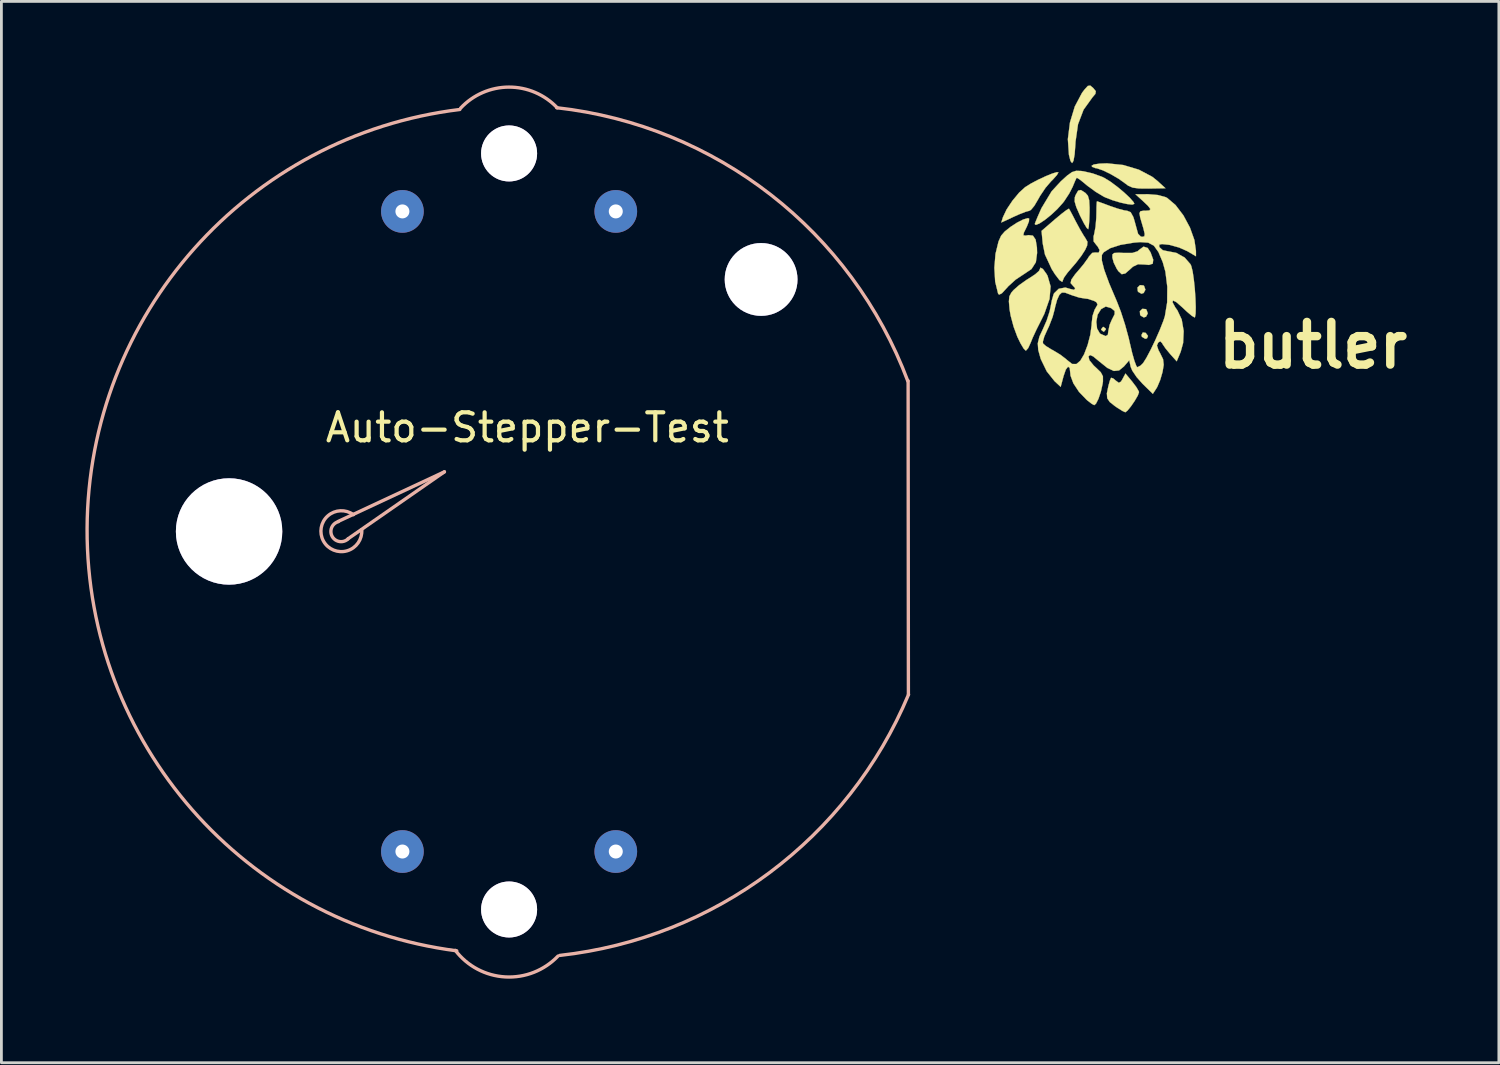
<source format=kicad_pcb>
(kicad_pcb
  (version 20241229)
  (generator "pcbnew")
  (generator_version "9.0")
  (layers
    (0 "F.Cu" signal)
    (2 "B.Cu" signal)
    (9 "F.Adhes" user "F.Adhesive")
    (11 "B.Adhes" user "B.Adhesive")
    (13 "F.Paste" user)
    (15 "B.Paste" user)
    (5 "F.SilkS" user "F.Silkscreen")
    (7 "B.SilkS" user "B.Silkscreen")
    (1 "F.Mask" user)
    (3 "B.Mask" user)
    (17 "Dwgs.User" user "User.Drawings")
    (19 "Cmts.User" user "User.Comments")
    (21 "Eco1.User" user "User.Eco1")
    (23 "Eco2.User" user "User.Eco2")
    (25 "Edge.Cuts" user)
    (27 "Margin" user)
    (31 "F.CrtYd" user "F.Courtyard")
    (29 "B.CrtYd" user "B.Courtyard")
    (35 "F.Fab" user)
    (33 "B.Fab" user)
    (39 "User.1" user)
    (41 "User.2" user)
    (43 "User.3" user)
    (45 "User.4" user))
  (footprint "butler"
    (layer "F.Cu")
    (at 36.359 6.932)
    (property "Reference" "butler" (at 7.483 2.349 0) (layer "F.SilkS") (effects (font (size 1.524 1.524) (thickness 0.3))))
    (attr through_hole)
    (fp_poly (pts (xy 1.506 1.905) (xy 1.589 2.016) (xy 1.552 2.102) (xy 1.489 2.117) (xy 1.372 2.048) (xy 1.355 1.983) (xy 1.404 1.89) (xy 1.506 1.905)) (stroke (width 0.01) (type solid)) (fill yes) (layer "F.SilkS"))
    (fp_poly (pts (xy 0.082 1.758) (xy 0.085 1.778) (xy 0.02 1.86) (xy 0 1.863) (xy -0.082 1.798) (xy -0.085 1.778) (xy -0.02 1.696) (xy 0 1.693) (xy 0.082 1.758)) (stroke (width 0.01) (type solid)) (fill yes) (layer "F.SilkS"))
    (fp_poly (pts (xy 1.426 0.211) (xy 1.449 0.23) (xy 1.496 0.363) (xy 1.435 0.481) (xy 1.355 0.508) (xy 1.246 0.446) (xy 1.223 0.416) (xy 1.213 0.287) (xy 1.303 0.2) (xy 1.426 0.211)) (stroke (width 0.01) (type solid)) (fill yes) (layer "F.SilkS"))
    (fp_poly (pts (xy 1.51 1.057) (xy 1.534 1.076) (xy 1.581 1.21) (xy 1.519 1.328) (xy 1.439 1.355) (xy 1.331 1.293) (xy 1.308 1.263) (xy 1.298 1.133) (xy 1.387 1.047) (xy 1.51 1.057)) (stroke (width 0.01) (type solid)) (fill yes) (layer "F.SilkS"))
    (fp_poly (pts (xy -0.647 -3.093) (xy -0.559 -2.993) (xy -0.512 -2.832) (xy -0.497 -2.566) (xy -0.498 -2.405) (xy -0.508 -2.111) (xy -0.526 -1.892) (xy -0.547 -1.795) (xy -0.601 -1.844) (xy -0.702 -2.013) (xy -0.83 -2.264) (xy -0.839 -2.283) (xy -0.972 -2.585) (xy -1.031 -2.787) (xy -1.025 -2.935) (xy -0.997 -3.015) (xy -0.905 -3.175) (xy -0.807 -3.196) (xy -0.647 -3.093)) (stroke (width 0.01) (type solid)) (fill yes) (layer "F.SilkS"))
    (fp_poly (pts (xy -0.369 -6.839) (xy -0.275 -6.726) (xy -0.29 -6.63) (xy -0.399 -6.5) (xy -0.713 -6.063) (xy -0.91 -5.545) (xy -1 -4.918) (xy -1.003 -4.847) (xy -1.031 -4.472) (xy -1.072 -4.24) (xy -1.122 -4.158) (xy -1.179 -4.232) (xy -1.235 -4.453) (xy -1.273 -5.014) (xy -1.198 -5.608) (xy -1.026 -6.178) (xy -0.768 -6.665) (xy -0.687 -6.773) (xy -0.562 -6.912) (xy -0.474 -6.927) (xy -0.369 -6.839)) (stroke (width 0.01) (type solid)) (fill yes) (layer "F.SilkS"))
    (fp_poly (pts (xy 0.705 -4.089) (xy 1.261 -3.923) (xy 1.739 -3.67) (xy 1.924 -3.523) (xy 2.213 -3.259) (xy 1.609 -3.248) (xy 1.269 -3.251) (xy 1.044 -3.281) (xy 0.882 -3.351) (xy 0.778 -3.428) (xy 0.542 -3.597) (xy 0.257 -3.763) (xy -0.021 -3.898) (xy -0.238 -3.972) (xy -0.293 -3.979) (xy -0.408 -4.024) (xy -0.423 -4.064) (xy -0.346 -4.108) (xy -0.14 -4.139) (xy 0.124 -4.149) (xy 0.705 -4.089)) (stroke (width 0.01) (type solid)) (fill yes) (layer "F.SilkS"))
    (fp_poly (pts (xy 1.577 -1.127) (xy 1.68 -0.97) (xy 1.775 -0.709) (xy 1.759 -0.566) (xy 1.624 -0.521) (xy 1.474 -0.535) (xy 1.232 -0.545) (xy 1.05 -0.458) (xy 0.962 -0.377) (xy 0.778 -0.216) (xy 0.651 -0.189) (xy 0.533 -0.295) (xy 0.475 -0.379) (xy 0.365 -0.602) (xy 0.317 -0.781) (xy 0.318 -0.894) (xy 0.379 -0.947) (xy 0.542 -0.957) (xy 0.727 -0.948) (xy 1.035 -0.95) (xy 1.217 -1.009) (xy 1.266 -1.054) (xy 1.43 -1.174) (xy 1.577 -1.127)) (stroke (width 0.01) (type solid)) (fill yes) (layer "F.SilkS"))
    (fp_poly (pts (xy -1.609 -3.825) (xy -1.665 -3.73) (xy -1.806 -3.572) (xy -1.871 -3.508) (xy -2.069 -3.278) (xy -2.266 -2.985) (xy -2.338 -2.857) (xy -2.471 -2.632) (xy -2.592 -2.486) (xy -2.647 -2.455) (xy -2.777 -2.42) (xy -3.002 -2.333) (xy -3.201 -2.244) (xy -3.651 -2.035) (xy -3.592 -2.224) (xy -3.463 -2.498) (xy -3.252 -2.815) (xy -3.009 -3.108) (xy -2.798 -3.299) (xy -2.593 -3.427) (xy -2.337 -3.562) (xy -2.069 -3.687) (xy -1.832 -3.784) (xy -1.665 -3.834) (xy -1.609 -3.825)) (stroke (width 0.01) (type solid)) (fill yes) (layer "F.SilkS"))
    (fp_poly (pts (xy 1.025 3.647) (xy 1.172 3.842) (xy 1.258 3.99) (xy 1.268 4.023) (xy 1.225 4.143) (xy 1.117 4.329) (xy 0.982 4.527) (xy 0.856 4.682) (xy 0.779 4.741) (xy 0.679 4.696) (xy 0.496 4.582) (xy 0.398 4.514) (xy 0.223 4.375) (xy 0.133 4.241) (xy 0.12 4.064) (xy 0.175 3.799) (xy 0.226 3.613) (xy 0.27 3.509) (xy 0.346 3.532) (xy 0.424 3.599) (xy 0.546 3.689) (xy 0.624 3.646) (xy 0.682 3.548) (xy 0.784 3.357) (xy 1.025 3.647)) (stroke (width 0.01) (type solid)) (fill yes) (layer "F.SilkS"))
    (fp_poly (pts (xy -1.233 -2.528) (xy -1.183 -2.442) (xy -1.082 -2.251) (xy -0.991 -2.074) (xy -0.846 -1.804) (xy -0.711 -1.575) (xy -0.65 -1.483) (xy -0.573 -1.347) (xy -0.586 -1.21) (xy -0.654 -1.06) (xy -0.788 -0.85) (xy -0.985 -0.593) (xy -1.112 -0.446) (xy -1.29 -0.237) (xy -1.409 -0.071) (xy -1.439 -0.002) (xy -1.473 0.085) (xy -1.572 0.023) (xy -1.732 -0.186) (xy -1.85 -0.373) (xy -2.091 -0.892) (xy -2.17 -1.283) (xy -2.213 -1.736) (xy -1.737 -2.147) (xy -1.505 -2.341) (xy -1.327 -2.477) (xy -1.237 -2.529) (xy -1.233 -2.528)) (stroke (width 0.01) (type solid)) (fill yes) (layer "F.SilkS"))
    (fp_poly (pts (xy -2.161 -0.372) (xy -2.036 -0.199) (xy -1.998 -0.132) (xy -1.89 0.243) (xy -1.928 0.694) (xy -2.113 1.225) (xy -2.235 1.472) (xy -2.392 1.783) (xy -2.528 2.076) (xy -2.605 2.265) (xy -2.689 2.449) (xy -2.769 2.539) (xy -2.778 2.54) (xy -2.85 2.469) (xy -2.962 2.283) (xy -3.076 2.049) (xy -3.21 1.687) (xy -3.316 1.291) (xy -3.354 1.072) (xy -3.379 0.784) (xy -3.362 0.602) (xy -3.289 0.464) (xy -3.213 0.377) (xy -3.017 0.204) (xy -2.755 0.017) (xy -2.651 -0.047) (xy -2.441 -0.185) (xy -2.309 -0.301) (xy -2.286 -0.342) (xy -2.251 -0.425) (xy -2.161 -0.372)) (stroke (width 0.01) (type solid)) (fill yes) (layer "F.SilkS"))
    (fp_poly (pts (xy -2.657 -2.178) (xy -2.662 -2.08) (xy -2.732 -1.902) (xy -2.745 -1.875) (xy -2.846 -1.67) (xy -2.861 -1.579) (xy -2.78 -1.568) (xy -2.679 -1.586) (xy -2.521 -1.567) (xy -2.424 -1.425) (xy -2.378 -1.145) (xy -2.372 -0.947) (xy -2.416 -0.617) (xy -2.571 -0.375) (xy -2.866 -0.176) (xy -2.873 -0.172) (xy -3.138 0.004) (xy -3.397 0.238) (xy -3.46 0.309) (xy -3.63 0.493) (xy -3.73 0.541) (xy -3.765 0.502) (xy -3.869 0.077) (xy -3.898 -0.417) (xy -3.857 -0.917) (xy -3.749 -1.359) (xy -3.656 -1.566) (xy -3.528 -1.714) (xy -3.325 -1.877) (xy -3.09 -2.03) (xy -2.868 -2.143) (xy -2.706 -2.191) (xy -2.657 -2.178)) (stroke (width 0.01) (type solid)) (fill yes) (layer "F.SilkS"))
    (fp_poly (pts (xy -0.8 -3.876) (xy -0.712 -3.864) (xy -0.39 -3.79) (xy -0.055 -3.669) (xy 0.021 -3.633) (xy 0.232 -3.505) (xy 0.481 -3.321) (xy 0.729 -3.115) (xy 0.939 -2.918) (xy 1.073 -2.765) (xy 1.101 -2.703) (xy 1.029 -2.675) (xy 0.844 -2.695) (xy 0.591 -2.751) (xy 0.317 -2.834) (xy 0.067 -2.931) (xy 0.005 -2.961) (xy -0.283 -3.134) (xy -0.574 -3.347) (xy -0.635 -3.398) (xy -0.816 -3.547) (xy -0.937 -3.627) (xy -0.962 -3.631) (xy -1.007 -3.538) (xy -1.085 -3.353) (xy -1.097 -3.32) (xy -1.224 -3.073) (xy -1.4 -2.804) (xy -1.45 -2.738) (xy -1.645 -2.521) (xy -1.87 -2.31) (xy -2.095 -2.129) (xy -2.288 -2.001) (xy -2.418 -1.95) (xy -2.455 -1.982) (xy -2.423 -2.07) (xy -2.339 -2.271) (xy -2.219 -2.54) (xy -2.213 -2.553) (xy -1.852 -3.151) (xy -1.528 -3.503) (xy -1.291 -3.718) (xy -1.124 -3.836) (xy -0.977 -3.882) (xy -0.8 -3.876)) (stroke (width 0.01) (type solid)) (fill yes) (layer "F.SilkS"))
    (fp_poly (pts (xy 1.937 -3.018) (xy 2.214 -2.943) (xy 2.273 -2.914) (xy 2.572 -2.66) (xy 2.853 -2.29) (xy 3.087 -1.855) (xy 3.246 -1.41) (xy 3.301 -1.029) (xy 3.302 -0.83) (xy 2.996 -1.011) (xy 2.704 -1.141) (xy 2.376 -1.233) (xy 2.317 -1.242) (xy 2.089 -1.266) (xy 1.992 -1.246) (xy 1.99 -1.174) (xy 1.997 -1.155) (xy 2.115 -1.047) (xy 2.261 -1.016) (xy 2.598 -0.952) (xy 2.899 -0.784) (xy 3.104 -0.548) (xy 3.135 -0.48) (xy 3.183 -0.287) (xy 3.225 -0.003) (xy 3.26 0.33) (xy 3.283 0.673) (xy 3.294 0.983) (xy 3.289 1.221) (xy 3.266 1.345) (xy 3.253 1.355) (xy 3.159 1.3) (xy 2.987 1.157) (xy 2.818 0.998) (xy 2.602 0.809) (xy 2.481 0.749) (xy 2.465 0.813) (xy 2.563 0.995) (xy 2.639 1.101) (xy 2.793 1.429) (xy 2.863 1.839) (xy 2.843 2.266) (xy 2.755 2.585) (xy 2.614 2.921) (xy 2.376 2.656) (xy 2.216 2.462) (xy 2.109 2.305) (xy 2.095 2.275) (xy 2.028 2.206) (xy 1.953 2.252) (xy 1.908 2.356) (xy 1.963 2.523) (xy 2.023 2.633) (xy 2.127 2.847) (xy 2.15 3.046) (xy 2.108 3.302) (xy 2.026 3.584) (xy 1.924 3.827) (xy 1.892 3.883) (xy 1.762 4.083) (xy 1.392 3.721) (xy 1.183 3.485) (xy 1.027 3.254) (xy 0.971 3.121) (xy 0.919 2.884) (xy 0.73 3.104) (xy 0.557 3.246) (xy 0.369 3.266) (xy 0.138 3.158) (xy -0.162 2.917) (xy -0.169 2.911) (xy -0.369 2.746) (xy -0.483 2.697) (xy -0.536 2.746) (xy -0.505 2.881) (xy -0.352 3.069) (xy -0.282 3.134) (xy -0.098 3.311) (xy -0.021 3.457) (xy -0.02 3.641) (xy -0.033 3.729) (xy -0.095 4.008) (xy -0.18 4.259) (xy -0.269 4.435) (xy -0.331 4.487) (xy -0.423 4.437) (xy -0.581 4.315) (xy -0.602 4.296) (xy -0.874 4.014) (xy -1.076 3.708) (xy -1.179 3.43) (xy -1.185 3.357) (xy -1.208 3.157) (xy -1.267 3.113) (xy -1.347 3.218) (xy -1.426 3.446) (xy -1.53 3.834) (xy -1.747 3.632) (xy -2.027 3.28) (xy -2.242 2.837) (xy -2.331 2.516) (xy -2.347 2.278) (xy -2.333 2.22) (xy -2.166 2.22) (xy -2.16 2.284) (xy -2.055 2.377) (xy -1.859 2.498) (xy -1.793 2.533) (xy -1.546 2.682) (xy -1.339 2.84) (xy -1.312 2.866) (xy -1.122 3.016) (xy -0.966 3.017) (xy -0.829 2.9) (xy -0.693 2.671) (xy -0.567 2.339) (xy -0.471 1.97) (xy -0.425 1.628) (xy -0.423 1.57) (xy -0.416 1.508) (xy -0.257 1.508) (xy -0.23 1.753) (xy -0.13 1.924) (xy -0.106 1.941) (xy 0.072 2.02) (xy 0.154 1.977) (xy 0.172 1.841) (xy 0.217 1.623) (xy 0.296 1.439) (xy 0.397 1.24) (xy 0.397 1.124) (xy 0.29 1.036) (xy 0.247 1.012) (xy 0.08 0.965) (xy -0.076 1.051) (xy -0.092 1.065) (xy -0.21 1.256) (xy -0.257 1.508) (xy -0.416 1.508) (xy -0.392 1.299) (xy -0.315 1.072) (xy -0.294 1.039) (xy -0.213 0.897) (xy -0.25 0.815) (xy -0.331 0.766) (xy -0.552 0.692) (xy -0.674 0.677) (xy -0.868 0.645) (xy -1.117 0.566) (xy -1.165 0.547) (xy -1.373 0.469) (xy -1.487 0.466) (xy -1.568 0.539) (xy -1.58 0.554) (xy -1.658 0.725) (xy -1.727 0.975) (xy -1.74 1.045) (xy -1.818 1.337) (xy -1.945 1.666) (xy -2.007 1.796) (xy -2.115 2.036) (xy -2.166 2.22) (xy -2.333 2.22) (xy -2.289 2.039) (xy -2.17 1.784) (xy -2.031 1.468) (xy -1.925 1.14) (xy -1.895 1) (xy -1.844 0.738) (xy -1.784 0.532) (xy -1.766 0.493) (xy -1.599 0.331) (xy -1.363 0.286) (xy -1.189 0.337) (xy -1.05 0.369) (xy -1.011 0.309) (xy -1.101 0.212) (xy -1.175 0.127) (xy -1.148 0.002) (xy -1.01 -0.192) (xy -0.901 -0.317) (xy -0.712 -0.544) (xy -0.611 -0.684) (xy -0.061 -0.684) (xy 0.025 -0.347) (xy 0.201 0.133) (xy 0.466 0.756) (xy 0.471 0.766) (xy 0.618 1.145) (xy 0.769 1.612) (xy 0.899 2.088) (xy 0.94 2.269) (xy 1.024 2.625) (xy 1.105 2.91) (xy 1.173 3.089) (xy 1.209 3.133) (xy 1.324 3.073) (xy 1.413 2.985) (xy 1.531 2.799) (xy 1.686 2.505) (xy 1.855 2.153) (xy 2.013 1.793) (xy 2.138 1.475) (xy 2.191 1.312) (xy 2.273 0.817) (xy 2.278 0.26) (xy 2.21 -0.281) (xy 2.115 -0.62) (xy 1.96 -0.983) (xy 1.8 -1.207) (xy 1.597 -1.316) (xy 1.312 -1.336) (xy 1.085 -1.317) (xy 0.607 -1.237) (xy 0.24 -1.119) (xy 0.007 -0.973) (xy -0.058 -0.878) (xy -0.061 -0.684) (xy -0.611 -0.684) (xy -0.561 -0.752) (xy -0.519 -0.822) (xy -0.402 -0.951) (xy -0.304 -0.965) (xy -0.172 -0.96) (xy -0.139 -1.052) (xy -0.217 -1.191) (xy -0.248 -1.223) (xy -0.354 -1.362) (xy -0.356 -1.537) (xy -0.331 -1.635) (xy -0.285 -1.882) (xy -0.258 -2.2) (xy -0.254 -2.349) (xy -0.25 -2.598) (xy -0.241 -2.759) (xy -0.233 -2.794) (xy -0.149 -2.766) (xy 0.046 -2.695) (xy 0.234 -2.625) (xy 0.512 -2.53) (xy 0.746 -2.468) (xy 0.844 -2.455) (xy 0.969 -2.405) (xy 1.065 -2.232) (xy 1.107 -2.095) (xy 1.174 -1.85) (xy 1.225 -1.666) (xy 1.235 -1.63) (xy 1.333 -1.534) (xy 1.39 -1.524) (xy 1.459 -1.543) (xy 1.471 -1.627) (xy 1.427 -1.816) (xy 1.394 -1.926) (xy 1.311 -2.21) (xy 1.284 -2.368) (xy 1.318 -2.438) (xy 1.42 -2.455) (xy 1.482 -2.455) (xy 1.638 -2.467) (xy 1.675 -2.517) (xy 1.59 -2.63) (xy 1.418 -2.793) (xy 1.143 -3.043) (xy 1.596 -3.046) (xy 1.937 -3.018)) (stroke (width 0.01) (type solid)) (fill yes) (layer "F.SilkS")))
  (footprint "Auto-Stepper-Test"
    (layer "F.Cu")
    (at 9.139 15.925)
    (property "Reference" "Auto-Stepper-Test" (at 6.642 -3.705 0) (layer "F.SilkS") (effects (font (size 1 1) (thickness 0.15))))
    (attr through_hole)
    (fp_line (start -0.108 -0.355) (end 3.682 -2.125) (stroke (width 0.12) (type solid)) (layer "B.SilkS"))
    (fp_line (start 3.682 -2.125) (end 0.242 0.265) (stroke (width 0.12) (type solid)) (layer "B.SilkS"))
    (fp_line (start 20.242 -5.375) (end 20.252 5.825) (stroke (width 0.12) (type solid)) (layer "B.SilkS"))
    (fp_arc (start 0.237521 0.273687) (mid -0.325902 0.182637) (end -0.108139 -0.344919) (stroke (width 0.12) (type solid)) (layer "B.SilkS"))
    (fp_arc (start 0.730223 -0.054766) (mid -0.637195 0.348075) (end 0.431859 -0.594919) (stroke (width 0.12) (type solid)) (layer "B.SilkS"))
    (fp_arc (start 4.122764 14.981395) (mid -9.079038 -0.089895) (end 4.23186 -15.06492) (stroke (width 0.12) (type solid)) (layer "B.SilkS"))
    (fp_arc (start 4.262722 -15.115223) (mid 5.985198 -15.864573) (end 7.71186 -15.12492) (stroke (width 0.12) (type solid)) (layer "B.SilkS"))
    (fp_arc (start 7.692201 -15.127758) (mid 15.341033 -12.017568) (end 20.23186 -5.36492) (stroke (width 0.12) (type solid)) (layer "B.SilkS"))
    (fp_arc (start 7.737147 15.170003) (mid 5.857214 15.913371) (end 4.071861 14.965079) (stroke (width 0.12) (type solid)) (layer "B.SilkS"))
    (fp_arc (start 20.256797 5.82937) (mid 15.299205 12.185027) (end 7.801859 15.145079) (stroke (width 0.12) (type solid)) (layer "B.SilkS"))
    (fp_circle (center 5.992 -13.495) (end 6.917 -13.495) (stroke (width 0.12) (type solid)) (fill no) (layer "B.SilkS"))
    (fp_circle (center 5.992 13.505) (end 6.917 13.505) (stroke (width 0.12) (type solid)) (fill no) (layer "B.SilkS"))
    (pad "" thru_hole circle (at -4.008 0.005) (size 3.8 3.8) (drill 3.8) (layers "*.Cu" "*.Mask"))
    (pad "" thru_hole circle (at 5.992 -13.495) (size 2 2) (drill 2) (layers "*.Cu" "*.Mask"))
    (pad "" thru_hole circle (at 5.992 13.505) (size 2 2) (drill 2) (layers "*.Cu" "*.Mask"))
    (pad "" thru_hole circle (at 14.992 -8.995) (size 2.6 2.6) (drill 2.6) (layers "*.Cu" "*.Mask"))
    (pad "1" thru_hole circle (at 2.182 -11.425) (size 1.524 1.524) (drill 0.5) (layers "*.Cu" "*.Mask"))
    (pad "2" thru_hole circle (at 9.802 -11.425) (size 1.524 1.524) (drill 0.5) (layers "*.Cu" "*.Mask"))
    (pad "3" thru_hole circle (at 2.182 11.435) (size 1.524 1.524) (drill 0.5) (layers "*.Cu" "*.Mask"))
    (pad "4" thru_hole circle (at 9.802 11.435) (size 1.524 1.524) (drill 0.5) (layers "*.Cu" "*.Mask")))
  (gr_rect
    (start -3 -3)
    (end 50.478 34.902)
    (stroke (width 0.1) (type default))
    (fill no)
    (layer "Edge.Cuts")))
</source>
